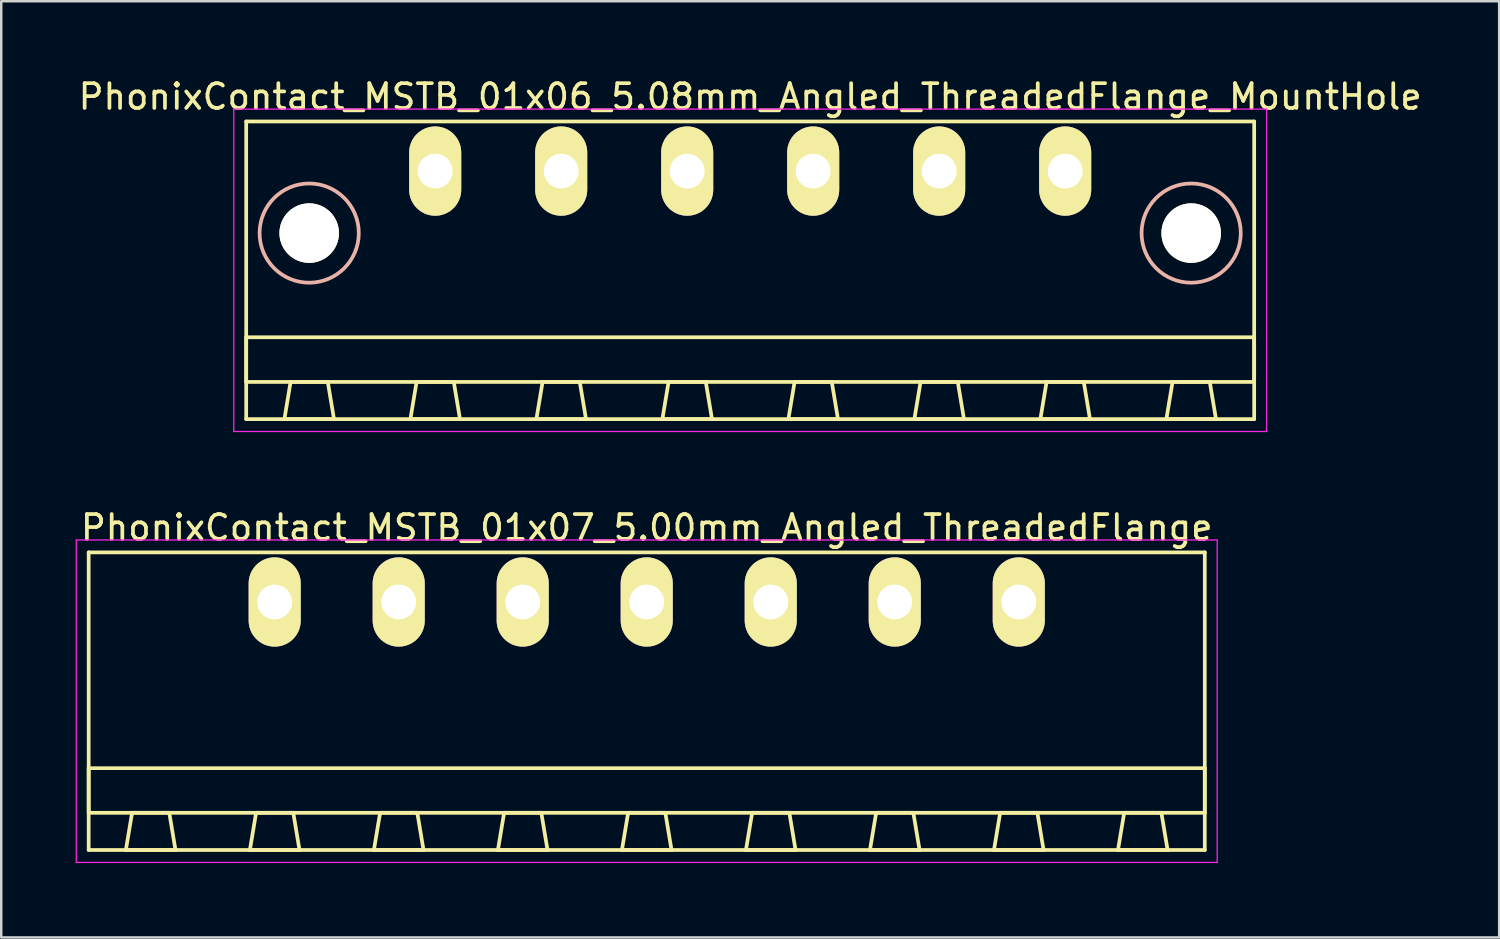
<source format=kicad_pcb>
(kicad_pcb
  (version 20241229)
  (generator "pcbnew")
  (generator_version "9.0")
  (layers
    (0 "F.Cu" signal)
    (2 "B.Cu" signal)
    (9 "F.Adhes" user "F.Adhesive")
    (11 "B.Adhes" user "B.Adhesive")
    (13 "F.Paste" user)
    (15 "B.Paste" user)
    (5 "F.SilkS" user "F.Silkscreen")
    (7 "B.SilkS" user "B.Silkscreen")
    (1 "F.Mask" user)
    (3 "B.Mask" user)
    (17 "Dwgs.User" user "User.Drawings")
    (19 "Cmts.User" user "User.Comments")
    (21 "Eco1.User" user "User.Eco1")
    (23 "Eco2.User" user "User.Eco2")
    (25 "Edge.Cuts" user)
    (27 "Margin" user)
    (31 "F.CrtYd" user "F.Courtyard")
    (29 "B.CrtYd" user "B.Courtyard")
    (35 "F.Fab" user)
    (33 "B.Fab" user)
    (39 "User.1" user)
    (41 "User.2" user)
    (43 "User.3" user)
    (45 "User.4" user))
  (footprint "PhonixContact_MSTB_01x07_5.00mm_Angled_ThreadedFlange"
    (layer "F.Cu")
    (at 8.025 21.221)
    (property "Reference" "PhonixContact_MSTB_01x07_5.00mm_Angled_ThreadedFlange" (at 15 -3 0) (layer "F.SilkS") (effects (font (size 1 1) (thickness 0.15))))
    (attr through_hole)
    (fp_line (start -7.5 -2) (end -7.5 10) (stroke (width 0.15) (type solid)) (layer "F.SilkS"))
    (fp_line (start -7.5 6.7) (end 37.5 6.7) (stroke (width 0.15) (type solid)) (layer "F.SilkS"))
    (fp_line (start -7.5 8.5) (end -7.5 6.7) (stroke (width 0.15) (type solid)) (layer "F.SilkS"))
    (fp_line (start -7.5 10) (end 37.5 10) (stroke (width 0.15) (type solid)) (layer "F.SilkS"))
    (fp_line (start -6 10) (end -4 10) (stroke (width 0.15) (type solid)) (layer "F.SilkS"))
    (fp_line (start -5.75 8.5) (end -6 10) (stroke (width 0.15) (type solid)) (layer "F.SilkS"))
    (fp_line (start -4.25 8.5) (end -5.75 8.5) (stroke (width 0.15) (type solid)) (layer "F.SilkS"))
    (fp_line (start -4 10) (end -4.25 8.5) (stroke (width 0.15) (type solid)) (layer "F.SilkS"))
    (fp_line (start -1 10) (end 1 10) (stroke (width 0.15) (type solid)) (layer "F.SilkS"))
    (fp_line (start -0.75 8.5) (end -1 10) (stroke (width 0.15) (type solid)) (layer "F.SilkS"))
    (fp_line (start 0.75 8.5) (end -0.75 8.5) (stroke (width 0.15) (type solid)) (layer "F.SilkS"))
    (fp_line (start 1 10) (end 0.75 8.5) (stroke (width 0.15) (type solid)) (layer "F.SilkS"))
    (fp_line (start 4 10) (end 6 10) (stroke (width 0.15) (type solid)) (layer "F.SilkS"))
    (fp_line (start 4.25 8.5) (end 4 10) (stroke (width 0.15) (type solid)) (layer "F.SilkS"))
    (fp_line (start 5.75 8.5) (end 4.25 8.5) (stroke (width 0.15) (type solid)) (layer "F.SilkS"))
    (fp_line (start 6 10) (end 5.75 8.5) (stroke (width 0.15) (type solid)) (layer "F.SilkS"))
    (fp_line (start 9 10) (end 11 10) (stroke (width 0.15) (type solid)) (layer "F.SilkS"))
    (fp_line (start 9.25 8.5) (end 9 10) (stroke (width 0.15) (type solid)) (layer "F.SilkS"))
    (fp_line (start 10.75 8.5) (end 9.25 8.5) (stroke (width 0.15) (type solid)) (layer "F.SilkS"))
    (fp_line (start 11 10) (end 10.75 8.5) (stroke (width 0.15) (type solid)) (layer "F.SilkS"))
    (fp_line (start 14 10) (end 16 10) (stroke (width 0.15) (type solid)) (layer "F.SilkS"))
    (fp_line (start 14.25 8.5) (end 14 10) (stroke (width 0.15) (type solid)) (layer "F.SilkS"))
    (fp_line (start 15.75 8.5) (end 14.25 8.5) (stroke (width 0.15) (type solid)) (layer "F.SilkS"))
    (fp_line (start 16 10) (end 15.75 8.5) (stroke (width 0.15) (type solid)) (layer "F.SilkS"))
    (fp_line (start 19 10) (end 21 10) (stroke (width 0.15) (type solid)) (layer "F.SilkS"))
    (fp_line (start 19.25 8.5) (end 19 10) (stroke (width 0.15) (type solid)) (layer "F.SilkS"))
    (fp_line (start 20.75 8.5) (end 19.25 8.5) (stroke (width 0.15) (type solid)) (layer "F.SilkS"))
    (fp_line (start 21 10) (end 20.75 8.5) (stroke (width 0.15) (type solid)) (layer "F.SilkS"))
    (fp_line (start 24 10) (end 26 10) (stroke (width 0.15) (type solid)) (layer "F.SilkS"))
    (fp_line (start 24.25 8.5) (end 24 10) (stroke (width 0.15) (type solid)) (layer "F.SilkS"))
    (fp_line (start 25.75 8.5) (end 24.25 8.5) (stroke (width 0.15) (type solid)) (layer "F.SilkS"))
    (fp_line (start 26 10) (end 25.75 8.5) (stroke (width 0.15) (type solid)) (layer "F.SilkS"))
    (fp_line (start 29 10) (end 31 10) (stroke (width 0.15) (type solid)) (layer "F.SilkS"))
    (fp_line (start 29.25 8.5) (end 29 10) (stroke (width 0.15) (type solid)) (layer "F.SilkS"))
    (fp_line (start 30.75 8.5) (end 29.25 8.5) (stroke (width 0.15) (type solid)) (layer "F.SilkS"))
    (fp_line (start 31 10) (end 30.75 8.5) (stroke (width 0.15) (type solid)) (layer "F.SilkS"))
    (fp_line (start 34 10) (end 36 10) (stroke (width 0.15) (type solid)) (layer "F.SilkS"))
    (fp_line (start 34.25 8.5) (end 34 10) (stroke (width 0.15) (type solid)) (layer "F.SilkS"))
    (fp_line (start 35.75 8.5) (end 34.25 8.5) (stroke (width 0.15) (type solid)) (layer "F.SilkS"))
    (fp_line (start 36 10) (end 35.75 8.5) (stroke (width 0.15) (type solid)) (layer "F.SilkS"))
    (fp_line (start 37.5 -2) (end -7.5 -2) (stroke (width 0.15) (type solid)) (layer "F.SilkS"))
    (fp_line (start 37.5 6.7) (end 37.5 8.5) (stroke (width 0.15) (type solid)) (layer "F.SilkS"))
    (fp_line (start 37.5 8.5) (end -7.5 8.5) (stroke (width 0.15) (type solid)) (layer "F.SilkS"))
    (fp_line (start 37.5 10) (end 37.5 -2) (stroke (width 0.15) (type solid)) (layer "F.SilkS"))
    (fp_line (start -8 -2.5) (end -8 10.5) (stroke (width 0.05) (type solid)) (layer "F.CrtYd"))
    (fp_line (start -8 10.5) (end 38 10.5) (stroke (width 0.05) (type solid)) (layer "F.CrtYd"))
    (fp_line (start 38 -2.5) (end -8 -2.5) (stroke (width 0.05) (type solid)) (layer "F.CrtYd"))
    (fp_line (start 38 10.5) (end 38 -2.5) (stroke (width 0.05) (type solid)) (layer "F.CrtYd"))
    (pad "1" thru_hole oval (at 0 0) (size 2.1 3.6) (drill 1.4) (layers "*.Cu" "*.Mask" "F.SilkS"))
    (pad "2" thru_hole oval (at 5 0) (size 2.1 3.6) (drill 1.4) (layers "*.Cu" "*.Mask" "F.SilkS"))
    (pad "3" thru_hole oval (at 10 0) (size 2.1 3.6) (drill 1.4) (layers "*.Cu" "*.Mask" "F.SilkS"))
    (pad "4" thru_hole oval (at 15 0) (size 2.1 3.6) (drill 1.4) (layers "*.Cu" "*.Mask" "F.SilkS"))
    (pad "5" thru_hole oval (at 20 0) (size 2.1 3.6) (drill 1.4) (layers "*.Cu" "*.Mask" "F.SilkS"))
    (pad "6" thru_hole oval (at 25 0) (size 2.1 3.6) (drill 1.4) (layers "*.Cu" "*.Mask" "F.SilkS"))
    (pad "7" thru_hole oval (at 30 0) (size 2.1 3.6) (drill 1.4) (layers "*.Cu" "*.Mask" "F.SilkS")))
  (footprint "PhonixContact_MSTB_01x06_5.08mm_Angled_ThreadedFlange_MountHole"
    (layer "F.Cu")
    (at 14.496 3.848)
    (property "Reference" "PhonixContact_MSTB_01x06_5.08mm_Angled_ThreadedFlange_MountHole" (at 12.7 -3 0) (layer "F.SilkS") (effects (font (size 1 1) (thickness 0.15))))
    (attr through_hole)
    (fp_line (start -7.62 -2) (end -7.62 10) (stroke (width 0.15) (type solid)) (layer "F.SilkS"))
    (fp_line (start -7.62 6.7) (end 33.02 6.7) (stroke (width 0.15) (type solid)) (layer "F.SilkS"))
    (fp_line (start -7.62 8.5) (end -7.62 6.7) (stroke (width 0.15) (type solid)) (layer "F.SilkS"))
    (fp_line (start -7.62 10) (end 33.02 10) (stroke (width 0.15) (type solid)) (layer "F.SilkS"))
    (fp_line (start -6.08 10) (end -4.08 10) (stroke (width 0.15) (type solid)) (layer "F.SilkS"))
    (fp_line (start -5.83 8.5) (end -6.08 10) (stroke (width 0.15) (type solid)) (layer "F.SilkS"))
    (fp_line (start -4.33 8.5) (end -5.83 8.5) (stroke (width 0.15) (type solid)) (layer "F.SilkS"))
    (fp_line (start -4.08 10) (end -4.33 8.5) (stroke (width 0.15) (type solid)) (layer "F.SilkS"))
    (fp_line (start -1 10) (end 1 10) (stroke (width 0.15) (type solid)) (layer "F.SilkS"))
    (fp_line (start -0.75 8.5) (end -1 10) (stroke (width 0.15) (type solid)) (layer "F.SilkS"))
    (fp_line (start 0.75 8.5) (end -0.75 8.5) (stroke (width 0.15) (type solid)) (layer "F.SilkS"))
    (fp_line (start 1 10) (end 0.75 8.5) (stroke (width 0.15) (type solid)) (layer "F.SilkS"))
    (fp_line (start 4.08 10) (end 6.08 10) (stroke (width 0.15) (type solid)) (layer "F.SilkS"))
    (fp_line (start 4.33 8.5) (end 4.08 10) (stroke (width 0.15) (type solid)) (layer "F.SilkS"))
    (fp_line (start 5.83 8.5) (end 4.33 8.5) (stroke (width 0.15) (type solid)) (layer "F.SilkS"))
    (fp_line (start 6.08 10) (end 5.83 8.5) (stroke (width 0.15) (type solid)) (layer "F.SilkS"))
    (fp_line (start 9.16 10) (end 11.16 10) (stroke (width 0.15) (type solid)) (layer "F.SilkS"))
    (fp_line (start 9.41 8.5) (end 9.16 10) (stroke (width 0.15) (type solid)) (layer "F.SilkS"))
    (fp_line (start 10.91 8.5) (end 9.41 8.5) (stroke (width 0.15) (type solid)) (layer "F.SilkS"))
    (fp_line (start 11.16 10) (end 10.91 8.5) (stroke (width 0.15) (type solid)) (layer "F.SilkS"))
    (fp_line (start 14.24 10) (end 16.24 10) (stroke (width 0.15) (type solid)) (layer "F.SilkS"))
    (fp_line (start 14.49 8.5) (end 14.24 10) (stroke (width 0.15) (type solid)) (layer "F.SilkS"))
    (fp_line (start 15.99 8.5) (end 14.49 8.5) (stroke (width 0.15) (type solid)) (layer "F.SilkS"))
    (fp_line (start 16.24 10) (end 15.99 8.5) (stroke (width 0.15) (type solid)) (layer "F.SilkS"))
    (fp_line (start 19.32 10) (end 21.32 10) (stroke (width 0.15) (type solid)) (layer "F.SilkS"))
    (fp_line (start 19.57 8.5) (end 19.32 10) (stroke (width 0.15) (type solid)) (layer "F.SilkS"))
    (fp_line (start 21.07 8.5) (end 19.57 8.5) (stroke (width 0.15) (type solid)) (layer "F.SilkS"))
    (fp_line (start 21.32 10) (end 21.07 8.5) (stroke (width 0.15) (type solid)) (layer "F.SilkS"))
    (fp_line (start 24.4 10) (end 26.4 10) (stroke (width 0.15) (type solid)) (layer "F.SilkS"))
    (fp_line (start 24.65 8.5) (end 24.4 10) (stroke (width 0.15) (type solid)) (layer "F.SilkS"))
    (fp_line (start 26.15 8.5) (end 24.65 8.5) (stroke (width 0.15) (type solid)) (layer "F.SilkS"))
    (fp_line (start 26.4 10) (end 26.15 8.5) (stroke (width 0.15) (type solid)) (layer "F.SilkS"))
    (fp_line (start 29.48 10) (end 31.48 10) (stroke (width 0.15) (type solid)) (layer "F.SilkS"))
    (fp_line (start 29.73 8.5) (end 29.48 10) (stroke (width 0.15) (type solid)) (layer "F.SilkS"))
    (fp_line (start 31.23 8.5) (end 29.73 8.5) (stroke (width 0.15) (type solid)) (layer "F.SilkS"))
    (fp_line (start 31.48 10) (end 31.23 8.5) (stroke (width 0.15) (type solid)) (layer "F.SilkS"))
    (fp_line (start 33.02 -2) (end -7.62 -2) (stroke (width 0.15) (type solid)) (layer "F.SilkS"))
    (fp_line (start 33.02 6.7) (end 33.02 8.5) (stroke (width 0.15) (type solid)) (layer "F.SilkS"))
    (fp_line (start 33.02 8.5) (end -7.62 8.5) (stroke (width 0.15) (type solid)) (layer "F.SilkS"))
    (fp_line (start 33.02 10) (end 33.02 -2) (stroke (width 0.15) (type solid)) (layer "F.SilkS"))
    (fp_circle (center -5.08 2.5) (end -3.08 2.5) (stroke (width 0.15) (type solid)) (fill no) (layer "B.SilkS"))
    (fp_circle (center 30.48 2.5) (end 32.48 2.5) (stroke (width 0.15) (type solid)) (fill no) (layer "B.SilkS"))
    (fp_line (start -8.12 -2.5) (end -8.12 10.5) (stroke (width 0.05) (type solid)) (layer "F.CrtYd"))
    (fp_line (start -8.12 10.5) (end 33.52 10.5) (stroke (width 0.05) (type solid)) (layer "F.CrtYd"))
    (fp_line (start 33.52 -2.5) (end -8.12 -2.5) (stroke (width 0.05) (type solid)) (layer "F.CrtYd"))
    (fp_line (start 33.52 10.5) (end 33.52 -2.5) (stroke (width 0.05) (type solid)) (layer "F.CrtYd"))
    (pad "" np_thru_hole circle (at -5.08 2.5) (size 2.4 2.4) (drill 2.4) (layers "*.Cu" "*.Mask" "F.SilkS"))
    (pad "" np_thru_hole circle (at 30.48 2.5) (size 2.4 2.4) (drill 2.4) (layers "*.Cu" "*.Mask" "F.SilkS"))
    (pad "1" thru_hole oval (at 0 0) (size 2.1 3.6) (drill 1.4) (layers "*.Cu" "*.Mask" "F.SilkS"))
    (pad "2" thru_hole oval (at 5.08 0) (size 2.1 3.6) (drill 1.4) (layers "*.Cu" "*.Mask" "F.SilkS"))
    (pad "3" thru_hole oval (at 10.16 0) (size 2.1 3.6) (drill 1.4) (layers "*.Cu" "*.Mask" "F.SilkS"))
    (pad "4" thru_hole oval (at 15.24 0) (size 2.1 3.6) (drill 1.4) (layers "*.Cu" "*.Mask" "F.SilkS"))
    (pad "5" thru_hole oval (at 20.32 0) (size 2.1 3.6) (drill 1.4) (layers "*.Cu" "*.Mask" "F.SilkS"))
    (pad "6" thru_hole oval (at 25.4 0) (size 2.1 3.6) (drill 1.4) (layers "*.Cu" "*.Mask" "F.SilkS")))
  (gr_rect
    (start -3 -3)
    (end 57.393 34.746)
    (stroke (width 0.1) (type default))
    (fill no)
    (layer "Edge.Cuts")))
</source>
